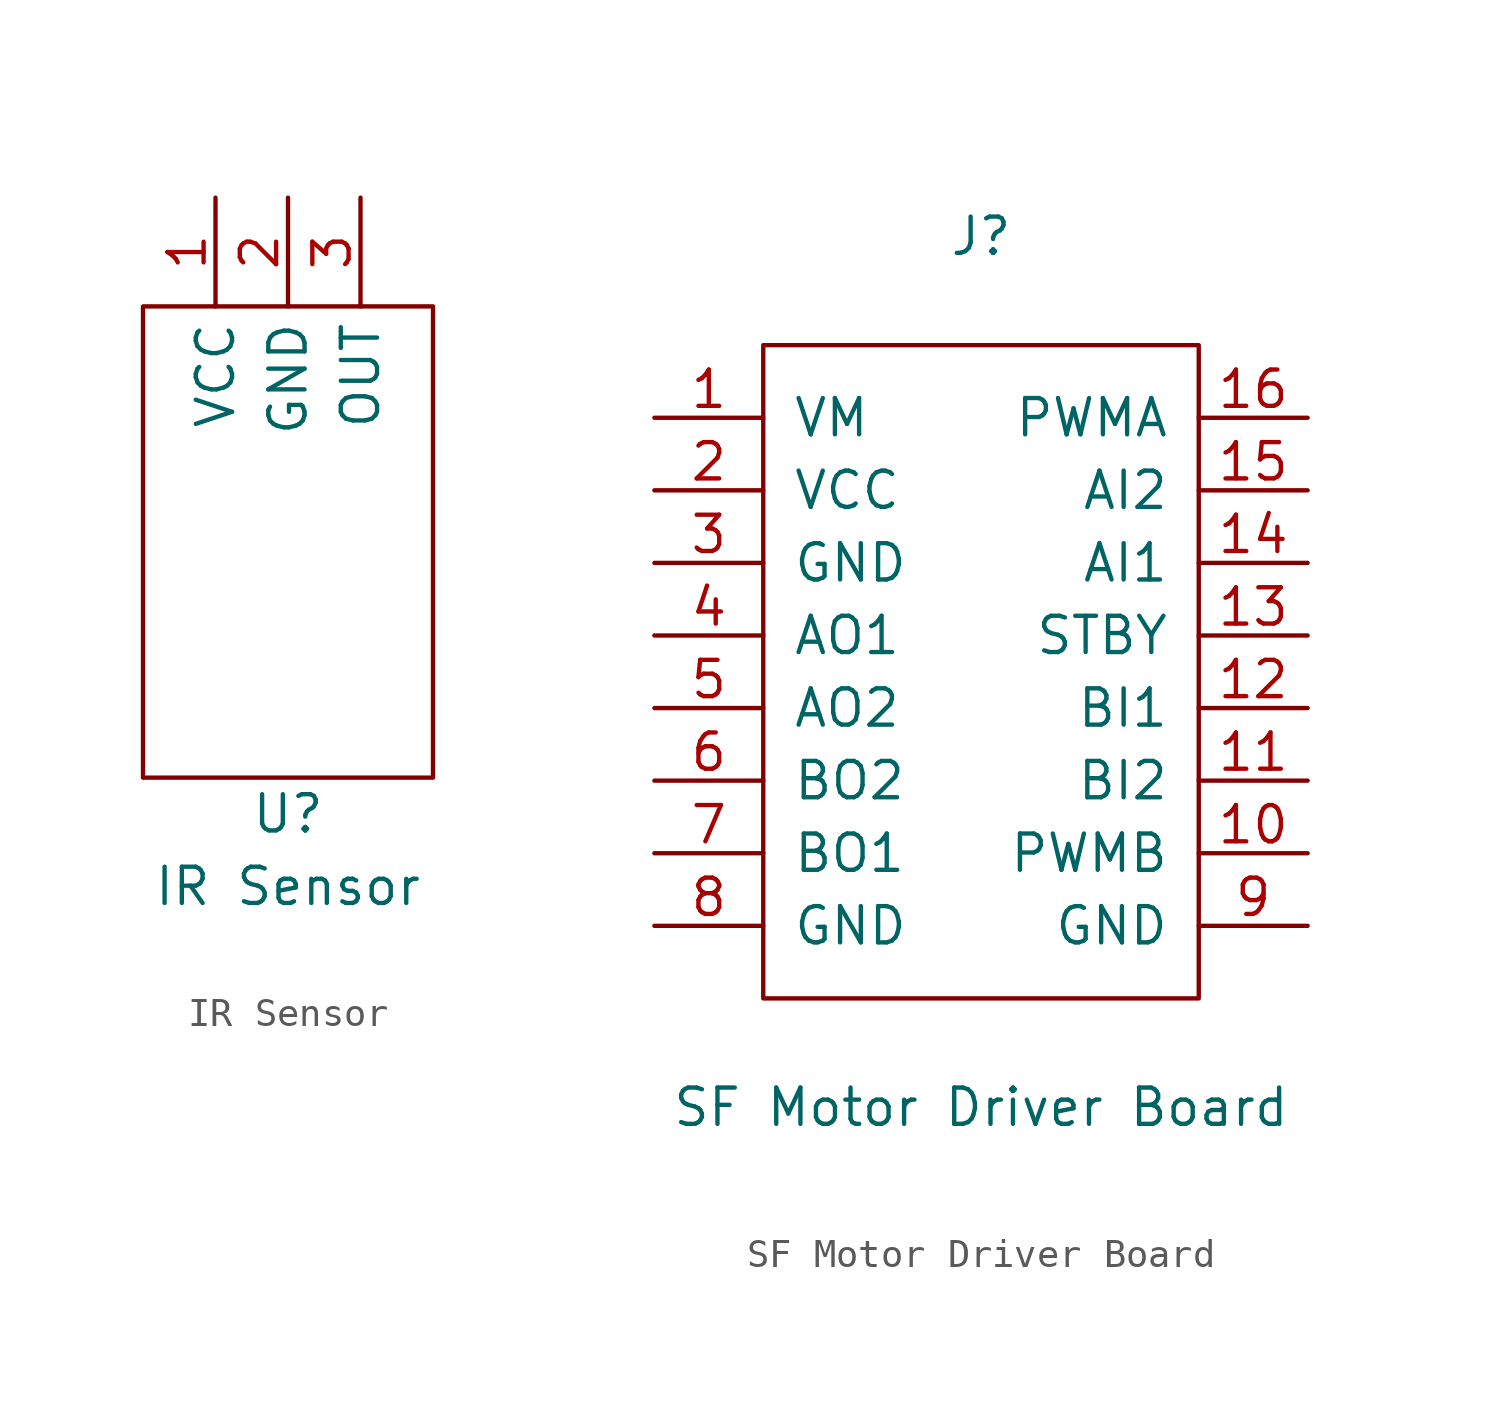
<source format=kicad_sym>
(kicad_symbol_lib
  (version 20220914)
  (generator kicad_symbol_editor)
  (symbol "IR Sensor"
    (property "Reference" "U"
      (at 0 -10.16 0)
      (effects (font (size 1.27 1.27))))
    (property "Value" "IR Sensor"
      (at 0 -12.7 0)
      (effects (font (size 1.27 1.27))))
    (symbol "IR Sensor_0_1"
      (rectangle (start 5.08 -8.89) (end -5.08 7.62) (stroke (width 0) (type default)) (fill (type none))))
    (symbol "IR Sensor_1_1"
      (pin input line (at -2.54 11.43 270) (length 3.81) (name "VCC" (effects (font (size 1.27 1.27)))) (number "1" (effects (font (size 1.27 1.27)))))
      (pin input line (at 0 11.43 270) (length 3.81) (name "GND" (effects (font (size 1.27 1.27)))) (number "2" (effects (font (size 1.27 1.27)))))
      (pin output line (at 2.54 11.43 270) (length 3.81) (name "OUT" (effects (font (size 1.27 1.27)))) (number "3" (effects (font (size 1.27 1.27)))))))
  (symbol "SF Motor Driver Board"
    (pin_names
      (offset 1.016))
    (property "Reference" "J"
      (at 0 12.7 0)
      (effects (font (size 1.27 1.27))))
    (property "Value" "SF Motor Driver Board"
      (at 0 -17.78 0)
      (effects (font (size 1.27 1.27))))
    (symbol "SF Motor Driver Board_0_1"
      (rectangle (start -7.62 8.89) (end 7.62 -13.97) (stroke (width 0) (type default)) (fill (type none))))
    (symbol "SF Motor Driver Board_1_1"
      (pin input line (at -11.43 6.35 0) (length 3.81) (name "VM" (effects (font (size 1.27 1.27)))) (number "1" (effects (font (size 1.27 1.27)))))
      (pin input line (at 11.43 -8.89 180) (length 3.81) (name "PWMB" (effects (font (size 1.27 1.27)))) (number "10" (effects (font (size 1.27 1.27)))))
      (pin input line (at 11.43 -6.35 180) (length 3.81) (name "BI2" (effects (font (size 1.27 1.27)))) (number "11" (effects (font (size 1.27 1.27)))))
      (pin input line (at 11.43 -3.81 180) (length 3.81) (name "BI1" (effects (font (size 1.27 1.27)))) (number "12" (effects (font (size 1.27 1.27)))))
      (pin input line (at 11.43 -1.27 180) (length 3.81) (name "STBY" (effects (font (size 1.27 1.27)))) (number "13" (effects (font (size 1.27 1.27)))))
      (pin input line (at 11.43 1.27 180) (length 3.81) (name "AI1" (effects (font (size 1.27 1.27)))) (number "14" (effects (font (size 1.27 1.27)))))
      (pin input line (at 11.43 3.81 180) (length 3.81) (name "AI2" (effects (font (size 1.27 1.27)))) (number "15" (effects (font (size 1.27 1.27)))))
      (pin input line (at 11.43 6.35 180) (length 3.81) (name "PWMA" (effects (font (size 1.27 1.27)))) (number "16" (effects (font (size 1.27 1.27)))))
      (pin input line (at -11.43 3.81 0) (length 3.81) (name "VCC" (effects (font (size 1.27 1.27)))) (number "2" (effects (font (size 1.27 1.27)))))
      (pin input line (at -11.43 1.27 0) (length 3.81) (name "GND" (effects (font (size 1.27 1.27)))) (number "3" (effects (font (size 1.27 1.27)))))
      (pin output line (at -11.43 -1.27 0) (length 3.81) (name "AO1" (effects (font (size 1.27 1.27)))) (number "4" (effects (font (size 1.27 1.27)))))
      (pin output line (at -11.43 -3.81 0) (length 3.81) (name "AO2" (effects (font (size 1.27 1.27)))) (number "5" (effects (font (size 1.27 1.27)))))
      (pin output line (at -11.43 -6.35 0) (length 3.81) (name "BO2" (effects (font (size 1.27 1.27)))) (number "6" (effects (font (size 1.27 1.27)))))
      (pin output line (at -11.43 -8.89 0) (length 3.81) (name "BO1" (effects (font (size 1.27 1.27)))) (number "7" (effects (font (size 1.27 1.27)))))
      (pin input line (at -11.43 -11.43 0) (length 3.81) (name "GND" (effects (font (size 1.27 1.27)))) (number "8" (effects (font (size 1.27 1.27)))))
      (pin input line (at 11.43 -11.43 180) (length 3.81) (name "GND" (effects (font (size 1.27 1.27)))) (number "9" (effects (font (size 1.27 1.27))))))))
</source>
